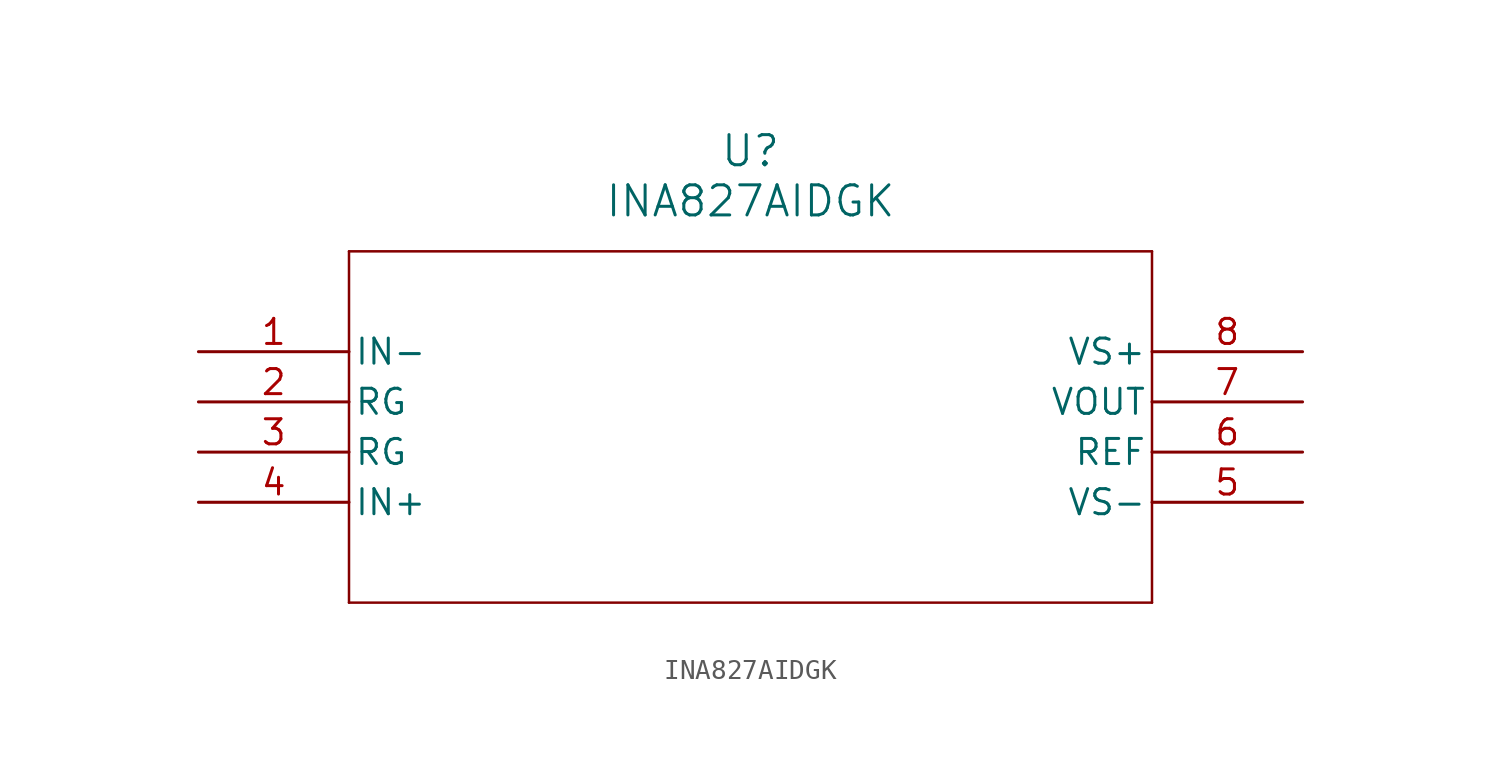
<source format=kicad_sym>
(kicad_symbol_lib
  (version 20211014)
  (generator kicad_symbol_editor)
  (symbol "INA827AIDGK"
    (pin_names
      (offset 0.254))
    (property "Reference" "U"
      (at 27.94 10.16 0)
      (effects (font (size 1.524 1.524))))
    (property "Value" "INA827AIDGK"
      (at 27.94 7.62 0)
      (effects (font (size 1.524 1.524))))
    (symbol "INA827AIDGK_0_1"
      (polyline (pts (xy 7.62 5.08) (xy 7.62 -12.7)) (stroke (width 0.127) (type default) (color 0 0 0 0)) (fill (type none)))
      (polyline (pts (xy 7.62 -12.7) (xy 48.26 -12.7)) (stroke (width 0.127) (type default) (color 0 0 0 0)) (fill (type none)))
      (polyline (pts (xy 48.26 -12.7) (xy 48.26 5.08)) (stroke (width 0.127) (type default) (color 0 0 0 0)) (fill (type none)))
      (polyline (pts (xy 48.26 5.08) (xy 7.62 5.08)) (stroke (width 0.127) (type default) (color 0 0 0 0)) (fill (type none)))
      (pin input line (at 0 0 0) (length 7.62) (name "IN-" (effects (font (size 1.27 1.27)))) (number "1" (effects (font (size 1.27 1.27)))))
      (pin unspecified line (at 0 -2.54 0) (length 7.62) (name "RG" (effects (font (size 1.27 1.27)))) (number "2" (effects (font (size 1.27 1.27)))))
      (pin unspecified line (at 0 -5.08 0) (length 7.62) (name "RG" (effects (font (size 1.27 1.27)))) (number "3" (effects (font (size 1.27 1.27)))))
      (pin input line (at 0 -7.62 0) (length 7.62) (name "IN+" (effects (font (size 1.27 1.27)))) (number "4" (effects (font (size 1.27 1.27)))))
      (pin power_in line (at 55.88 -7.62 180) (length 7.62) (name "VS-" (effects (font (size 1.27 1.27)))) (number "5" (effects (font (size 1.27 1.27)))))
      (pin input line (at 55.88 -5.08 180) (length 7.62) (name "REF" (effects (font (size 1.27 1.27)))) (number "6" (effects (font (size 1.27 1.27)))))
      (pin output line (at 55.88 -2.54 180) (length 7.62) (name "VOUT" (effects (font (size 1.27 1.27)))) (number "7" (effects (font (size 1.27 1.27)))))
      (pin power_in line (at 55.88 0 180) (length 7.62) (name "VS+" (effects (font (size 1.27 1.27)))) (number "8" (effects (font (size 1.27 1.27))))))))
</source>
